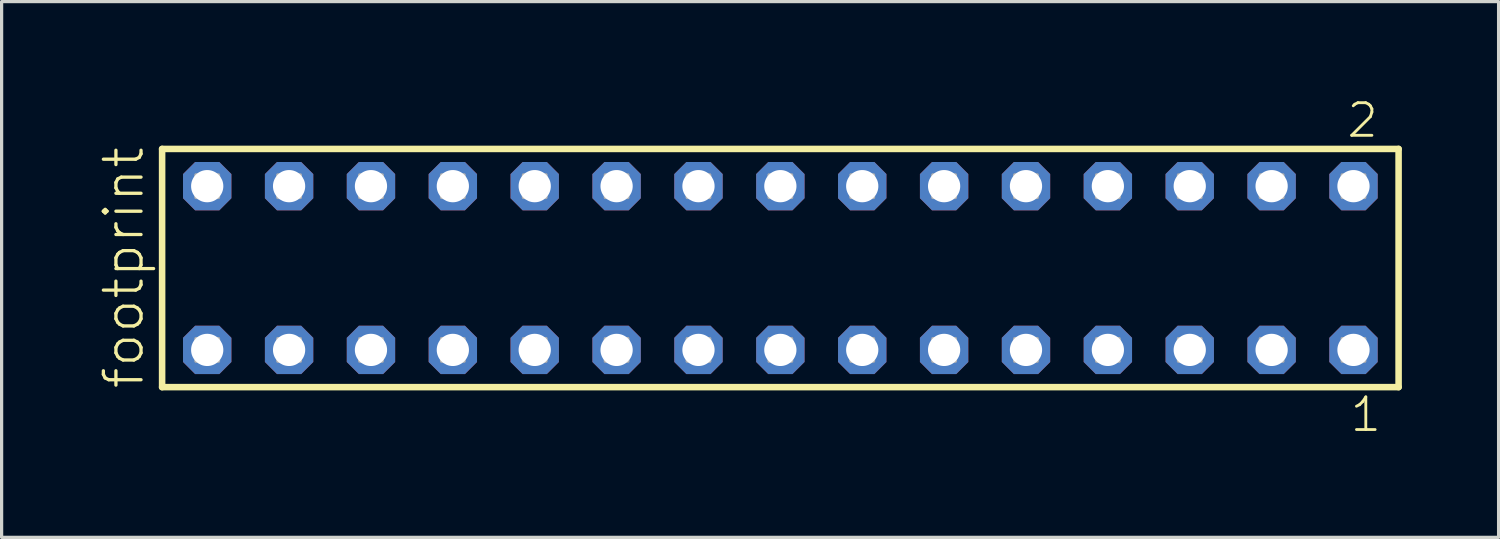
<source format=kicad_pcb>
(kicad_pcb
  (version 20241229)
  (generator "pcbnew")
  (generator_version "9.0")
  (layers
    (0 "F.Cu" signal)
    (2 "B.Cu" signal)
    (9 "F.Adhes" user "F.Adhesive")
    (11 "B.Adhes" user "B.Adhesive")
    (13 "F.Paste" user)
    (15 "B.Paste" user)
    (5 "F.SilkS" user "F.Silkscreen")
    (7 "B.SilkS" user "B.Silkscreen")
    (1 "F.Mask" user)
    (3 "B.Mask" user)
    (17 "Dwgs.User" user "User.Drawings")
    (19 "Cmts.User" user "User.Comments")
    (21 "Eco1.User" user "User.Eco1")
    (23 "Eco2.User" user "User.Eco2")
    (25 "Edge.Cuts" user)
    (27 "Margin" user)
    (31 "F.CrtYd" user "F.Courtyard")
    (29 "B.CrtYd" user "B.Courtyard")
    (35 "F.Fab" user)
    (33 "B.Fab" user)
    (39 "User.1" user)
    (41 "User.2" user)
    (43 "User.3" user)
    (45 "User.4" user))
  (footprint "footprint"
    (layer "F.Cu")
    (at 21.158 5.265)
    (property "Reference" "footprint" (at -19.685 3.81 90) (layer "F.SilkS") (effects (font (size 1.168 1.168) (thickness 0.102)) (justify left bottom)))
    (fp_line (start -19.179 -3.695) (end 19.179 -3.695) (stroke (width 0.203) (type solid)) (layer "F.SilkS"))
    (fp_line (start -19.179 3.695) (end -19.179 -3.695) (stroke (width 0.203) (type solid)) (layer "F.SilkS"))
    (fp_line (start 19.179 -3.695) (end 19.179 3.695) (stroke (width 0.203) (type solid)) (layer "F.SilkS"))
    (fp_line (start 19.179 3.695) (end -19.179 3.695) (stroke (width 0.203) (type solid)) (layer "F.SilkS"))
    (fp_poly (pts (xy -18.13 -2.19) (xy -17.43 -2.19) (xy -17.43 -2.89) (xy -18.13 -2.89)) (stroke (width 0.1) (type solid)) (fill no) (layer "F.Fab"))
    (fp_poly (pts (xy -18.13 2.89) (xy -17.43 2.89) (xy -17.43 2.19) (xy -18.13 2.19)) (stroke (width 0.1) (type solid)) (fill no) (layer "F.Fab"))
    (fp_poly (pts (xy -15.59 -2.19) (xy -14.89 -2.19) (xy -14.89 -2.89) (xy -15.59 -2.89)) (stroke (width 0.1) (type solid)) (fill no) (layer "F.Fab"))
    (fp_poly (pts (xy -15.59 2.89) (xy -14.89 2.89) (xy -14.89 2.19) (xy -15.59 2.19)) (stroke (width 0.1) (type solid)) (fill no) (layer "F.Fab"))
    (fp_poly (pts (xy -13.05 -2.19) (xy -12.35 -2.19) (xy -12.35 -2.89) (xy -13.05 -2.89)) (stroke (width 0.1) (type solid)) (fill no) (layer "F.Fab"))
    (fp_poly (pts (xy -13.05 2.89) (xy -12.35 2.89) (xy -12.35 2.19) (xy -13.05 2.19)) (stroke (width 0.1) (type solid)) (fill no) (layer "F.Fab"))
    (fp_poly (pts (xy -10.51 -2.19) (xy -9.81 -2.19) (xy -9.81 -2.89) (xy -10.51 -2.89)) (stroke (width 0.1) (type solid)) (fill no) (layer "F.Fab"))
    (fp_poly (pts (xy -10.51 2.89) (xy -9.81 2.89) (xy -9.81 2.19) (xy -10.51 2.19)) (stroke (width 0.1) (type solid)) (fill no) (layer "F.Fab"))
    (fp_poly (pts (xy -7.97 -2.19) (xy -7.27 -2.19) (xy -7.27 -2.89) (xy -7.97 -2.89)) (stroke (width 0.1) (type solid)) (fill no) (layer "F.Fab"))
    (fp_poly (pts (xy -7.97 2.89) (xy -7.27 2.89) (xy -7.27 2.19) (xy -7.97 2.19)) (stroke (width 0.1) (type solid)) (fill no) (layer "F.Fab"))
    (fp_poly (pts (xy -5.43 -2.19) (xy -4.73 -2.19) (xy -4.73 -2.89) (xy -5.43 -2.89)) (stroke (width 0.1) (type solid)) (fill no) (layer "F.Fab"))
    (fp_poly (pts (xy -5.43 2.89) (xy -4.73 2.89) (xy -4.73 2.19) (xy -5.43 2.19)) (stroke (width 0.1) (type solid)) (fill no) (layer "F.Fab"))
    (fp_poly (pts (xy -2.89 -2.19) (xy -2.19 -2.19) (xy -2.19 -2.89) (xy -2.89 -2.89)) (stroke (width 0.1) (type solid)) (fill no) (layer "F.Fab"))
    (fp_poly (pts (xy -2.89 2.89) (xy -2.19 2.89) (xy -2.19 2.19) (xy -2.89 2.19)) (stroke (width 0.1) (type solid)) (fill no) (layer "F.Fab"))
    (fp_poly (pts (xy -0.35 -2.19) (xy 0.35 -2.19) (xy 0.35 -2.89) (xy -0.35 -2.89)) (stroke (width 0.1) (type solid)) (fill no) (layer "F.Fab"))
    (fp_poly (pts (xy -0.35 2.89) (xy 0.35 2.89) (xy 0.35 2.19) (xy -0.35 2.19)) (stroke (width 0.1) (type solid)) (fill no) (layer "F.Fab"))
    (fp_poly (pts (xy 2.19 -2.19) (xy 2.89 -2.19) (xy 2.89 -2.89) (xy 2.19 -2.89)) (stroke (width 0.1) (type solid)) (fill no) (layer "F.Fab"))
    (fp_poly (pts (xy 2.19 2.89) (xy 2.89 2.89) (xy 2.89 2.19) (xy 2.19 2.19)) (stroke (width 0.1) (type solid)) (fill no) (layer "F.Fab"))
    (fp_poly (pts (xy 4.73 -2.19) (xy 5.43 -2.19) (xy 5.43 -2.89) (xy 4.73 -2.89)) (stroke (width 0.1) (type solid)) (fill no) (layer "F.Fab"))
    (fp_poly (pts (xy 4.73 2.89) (xy 5.43 2.89) (xy 5.43 2.19) (xy 4.73 2.19)) (stroke (width 0.1) (type solid)) (fill no) (layer "F.Fab"))
    (fp_poly (pts (xy 7.27 -2.19) (xy 7.97 -2.19) (xy 7.97 -2.89) (xy 7.27 -2.89)) (stroke (width 0.1) (type solid)) (fill no) (layer "F.Fab"))
    (fp_poly (pts (xy 7.27 2.89) (xy 7.97 2.89) (xy 7.97 2.19) (xy 7.27 2.19)) (stroke (width 0.1) (type solid)) (fill no) (layer "F.Fab"))
    (fp_poly (pts (xy 9.81 -2.19) (xy 10.51 -2.19) (xy 10.51 -2.89) (xy 9.81 -2.89)) (stroke (width 0.1) (type solid)) (fill no) (layer "F.Fab"))
    (fp_poly (pts (xy 9.81 2.89) (xy 10.51 2.89) (xy 10.51 2.19) (xy 9.81 2.19)) (stroke (width 0.1) (type solid)) (fill no) (layer "F.Fab"))
    (fp_poly (pts (xy 12.35 -2.19) (xy 13.05 -2.19) (xy 13.05 -2.89) (xy 12.35 -2.89)) (stroke (width 0.1) (type solid)) (fill no) (layer "F.Fab"))
    (fp_poly (pts (xy 12.35 2.89) (xy 13.05 2.89) (xy 13.05 2.19) (xy 12.35 2.19)) (stroke (width 0.1) (type solid)) (fill no) (layer "F.Fab"))
    (fp_poly (pts (xy 14.89 -2.19) (xy 15.59 -2.19) (xy 15.59 -2.89) (xy 14.89 -2.89)) (stroke (width 0.1) (type solid)) (fill no) (layer "F.Fab"))
    (fp_poly (pts (xy 14.89 2.89) (xy 15.59 2.89) (xy 15.59 2.19) (xy 14.89 2.19)) (stroke (width 0.1) (type solid)) (fill no) (layer "F.Fab"))
    (fp_poly (pts (xy 17.43 -2.19) (xy 18.13 -2.19) (xy 18.13 -2.89) (xy 17.43 -2.89)) (stroke (width 0.1) (type solid)) (fill no) (layer "F.Fab"))
    (fp_poly (pts (xy 17.43 2.89) (xy 18.13 2.89) (xy 18.13 2.19) (xy 17.43 2.19)) (stroke (width 0.1) (type solid)) (fill no) (layer "F.Fab"))
    (fp_text user "2" (at 17.522 -3.989 0) (layer "F.SilkS") (effects (font (size 1.012 1.012) (thickness 0.088)) (justify left bottom)))
    (fp_text user "1" (at 17.622 5.138 0) (layer "F.SilkS") (effects (font (size 1.012 1.012) (thickness 0.088)) (justify left bottom)))
    (pad "1" thru_hole roundrect (at 17.78 2.54 180) (size 1.5 1.5) (drill 1) (layers "*.Cu" "*.Mask") (roundrect_rratio 0.25) (chamfer_ratio 0.25) (chamfer top_left top_right bottom_left bottom_right))
    (pad "2" thru_hole roundrect (at 17.78 -2.54 180) (size 1.5 1.5) (drill 1) (layers "*.Cu" "*.Mask") (roundrect_rratio 0.25) (chamfer_ratio 0.25) (chamfer top_left top_right bottom_left bottom_right))
    (pad "3" thru_hole roundrect (at 15.24 2.54 180) (size 1.5 1.5) (drill 1) (layers "*.Cu" "*.Mask") (roundrect_rratio 0.25) (chamfer_ratio 0.25) (chamfer top_left top_right bottom_left bottom_right))
    (pad "4" thru_hole roundrect (at 15.24 -2.54 180) (size 1.5 1.5) (drill 1) (layers "*.Cu" "*.Mask") (roundrect_rratio 0.25) (chamfer_ratio 0.25) (chamfer top_left top_right bottom_left bottom_right))
    (pad "5" thru_hole roundrect (at 12.7 2.54 180) (size 1.5 1.5) (drill 1) (layers "*.Cu" "*.Mask") (roundrect_rratio 0.25) (chamfer_ratio 0.25) (chamfer top_left top_right bottom_left bottom_right))
    (pad "6" thru_hole roundrect (at 12.7 -2.54 180) (size 1.5 1.5) (drill 1) (layers "*.Cu" "*.Mask") (roundrect_rratio 0.25) (chamfer_ratio 0.25) (chamfer top_left top_right bottom_left bottom_right))
    (pad "7" thru_hole roundrect (at 10.16 2.54 180) (size 1.5 1.5) (drill 1) (layers "*.Cu" "*.Mask") (roundrect_rratio 0.25) (chamfer_ratio 0.25) (chamfer top_left top_right bottom_left bottom_right))
    (pad "8" thru_hole roundrect (at 10.16 -2.54 180) (size 1.5 1.5) (drill 1) (layers "*.Cu" "*.Mask") (roundrect_rratio 0.25) (chamfer_ratio 0.25) (chamfer top_left top_right bottom_left bottom_right))
    (pad "9" thru_hole roundrect (at 7.62 2.54 180) (size 1.5 1.5) (drill 1) (layers "*.Cu" "*.Mask") (roundrect_rratio 0.25) (chamfer_ratio 0.25) (chamfer top_left top_right bottom_left bottom_right))
    (pad "10" thru_hole roundrect (at 7.62 -2.54 180) (size 1.5 1.5) (drill 1) (layers "*.Cu" "*.Mask") (roundrect_rratio 0.25) (chamfer_ratio 0.25) (chamfer top_left top_right bottom_left bottom_right))
    (pad "11" thru_hole roundrect (at 5.08 2.54 180) (size 1.5 1.5) (drill 1) (layers "*.Cu" "*.Mask") (roundrect_rratio 0.25) (chamfer_ratio 0.25) (chamfer top_left top_right bottom_left bottom_right))
    (pad "12" thru_hole roundrect (at 5.08 -2.54 180) (size 1.5 1.5) (drill 1) (layers "*.Cu" "*.Mask") (roundrect_rratio 0.25) (chamfer_ratio 0.25) (chamfer top_left top_right bottom_left bottom_right))
    (pad "13" thru_hole roundrect (at 2.54 2.54 180) (size 1.5 1.5) (drill 1) (layers "*.Cu" "*.Mask") (roundrect_rratio 0.25) (chamfer_ratio 0.25) (chamfer top_left top_right bottom_left bottom_right))
    (pad "14" thru_hole roundrect (at 2.54 -2.54 180) (size 1.5 1.5) (drill 1) (layers "*.Cu" "*.Mask") (roundrect_rratio 0.25) (chamfer_ratio 0.25) (chamfer top_left top_right bottom_left bottom_right))
    (pad "15" thru_hole roundrect (at 0 2.54 180) (size 1.5 1.5) (drill 1) (layers "*.Cu" "*.Mask") (roundrect_rratio 0.25) (chamfer_ratio 0.25) (chamfer top_left top_right bottom_left bottom_right))
    (pad "16" thru_hole roundrect (at 0 -2.54 180) (size 1.5 1.5) (drill 1) (layers "*.Cu" "*.Mask") (roundrect_rratio 0.25) (chamfer_ratio 0.25) (chamfer top_left top_right bottom_left bottom_right))
    (pad "17" thru_hole roundrect (at -2.54 2.54 180) (size 1.5 1.5) (drill 1) (layers "*.Cu" "*.Mask") (roundrect_rratio 0.25) (chamfer_ratio 0.25) (chamfer top_left top_right bottom_left bottom_right))
    (pad "18" thru_hole roundrect (at -2.54 -2.54 180) (size 1.5 1.5) (drill 1) (layers "*.Cu" "*.Mask") (roundrect_rratio 0.25) (chamfer_ratio 0.25) (chamfer top_left top_right bottom_left bottom_right))
    (pad "19" thru_hole roundrect (at -5.08 2.54 180) (size 1.5 1.5) (drill 1) (layers "*.Cu" "*.Mask") (roundrect_rratio 0.25) (chamfer_ratio 0.25) (chamfer top_left top_right bottom_left bottom_right))
    (pad "20" thru_hole roundrect (at -5.08 -2.54 180) (size 1.5 1.5) (drill 1) (layers "*.Cu" "*.Mask") (roundrect_rratio 0.25) (chamfer_ratio 0.25) (chamfer top_left top_right bottom_left bottom_right))
    (pad "21" thru_hole roundrect (at -7.62 2.54 180) (size 1.5 1.5) (drill 1) (layers "*.Cu" "*.Mask") (roundrect_rratio 0.25) (chamfer_ratio 0.25) (chamfer top_left top_right bottom_left bottom_right))
    (pad "22" thru_hole roundrect (at -7.62 -2.54 180) (size 1.5 1.5) (drill 1) (layers "*.Cu" "*.Mask") (roundrect_rratio 0.25) (chamfer_ratio 0.25) (chamfer top_left top_right bottom_left bottom_right))
    (pad "23" thru_hole roundrect (at -10.16 2.54 180) (size 1.5 1.5) (drill 1) (layers "*.Cu" "*.Mask") (roundrect_rratio 0.25) (chamfer_ratio 0.25) (chamfer top_left top_right bottom_left bottom_right))
    (pad "24" thru_hole roundrect (at -10.16 -2.54 180) (size 1.5 1.5) (drill 1) (layers "*.Cu" "*.Mask") (roundrect_rratio 0.25) (chamfer_ratio 0.25) (chamfer top_left top_right bottom_left bottom_right))
    (pad "25" thru_hole roundrect (at -12.7 2.54 180) (size 1.5 1.5) (drill 1) (layers "*.Cu" "*.Mask") (roundrect_rratio 0.25) (chamfer_ratio 0.25) (chamfer top_left top_right bottom_left bottom_right))
    (pad "26" thru_hole roundrect (at -12.7 -2.54 180) (size 1.5 1.5) (drill 1) (layers "*.Cu" "*.Mask") (roundrect_rratio 0.25) (chamfer_ratio 0.25) (chamfer top_left top_right bottom_left bottom_right))
    (pad "27" thru_hole roundrect (at -15.24 2.54 180) (size 1.5 1.5) (drill 1) (layers "*.Cu" "*.Mask") (roundrect_rratio 0.25) (chamfer_ratio 0.25) (chamfer top_left top_right bottom_left bottom_right))
    (pad "28" thru_hole roundrect (at -15.24 -2.54 180) (size 1.5 1.5) (drill 1) (layers "*.Cu" "*.Mask") (roundrect_rratio 0.25) (chamfer_ratio 0.25) (chamfer top_left top_right bottom_left bottom_right))
    (pad "29" thru_hole roundrect (at -17.78 2.54 180) (size 1.5 1.5) (drill 1) (layers "*.Cu" "*.Mask") (roundrect_rratio 0.25) (chamfer_ratio 0.25) (chamfer top_left top_right bottom_left bottom_right))
    (pad "30" thru_hole roundrect (at -17.78 -2.54 180) (size 1.5 1.5) (drill 1) (layers "*.Cu" "*.Mask") (roundrect_rratio 0.25) (chamfer_ratio 0.25) (chamfer top_left top_right bottom_left bottom_right)))
  (gr_rect
    (start -3 -3)
    (end 43.439 13.62)
    (stroke (width 0.1) (type default))
    (fill no)
    (layer "Edge.Cuts")))
</source>
